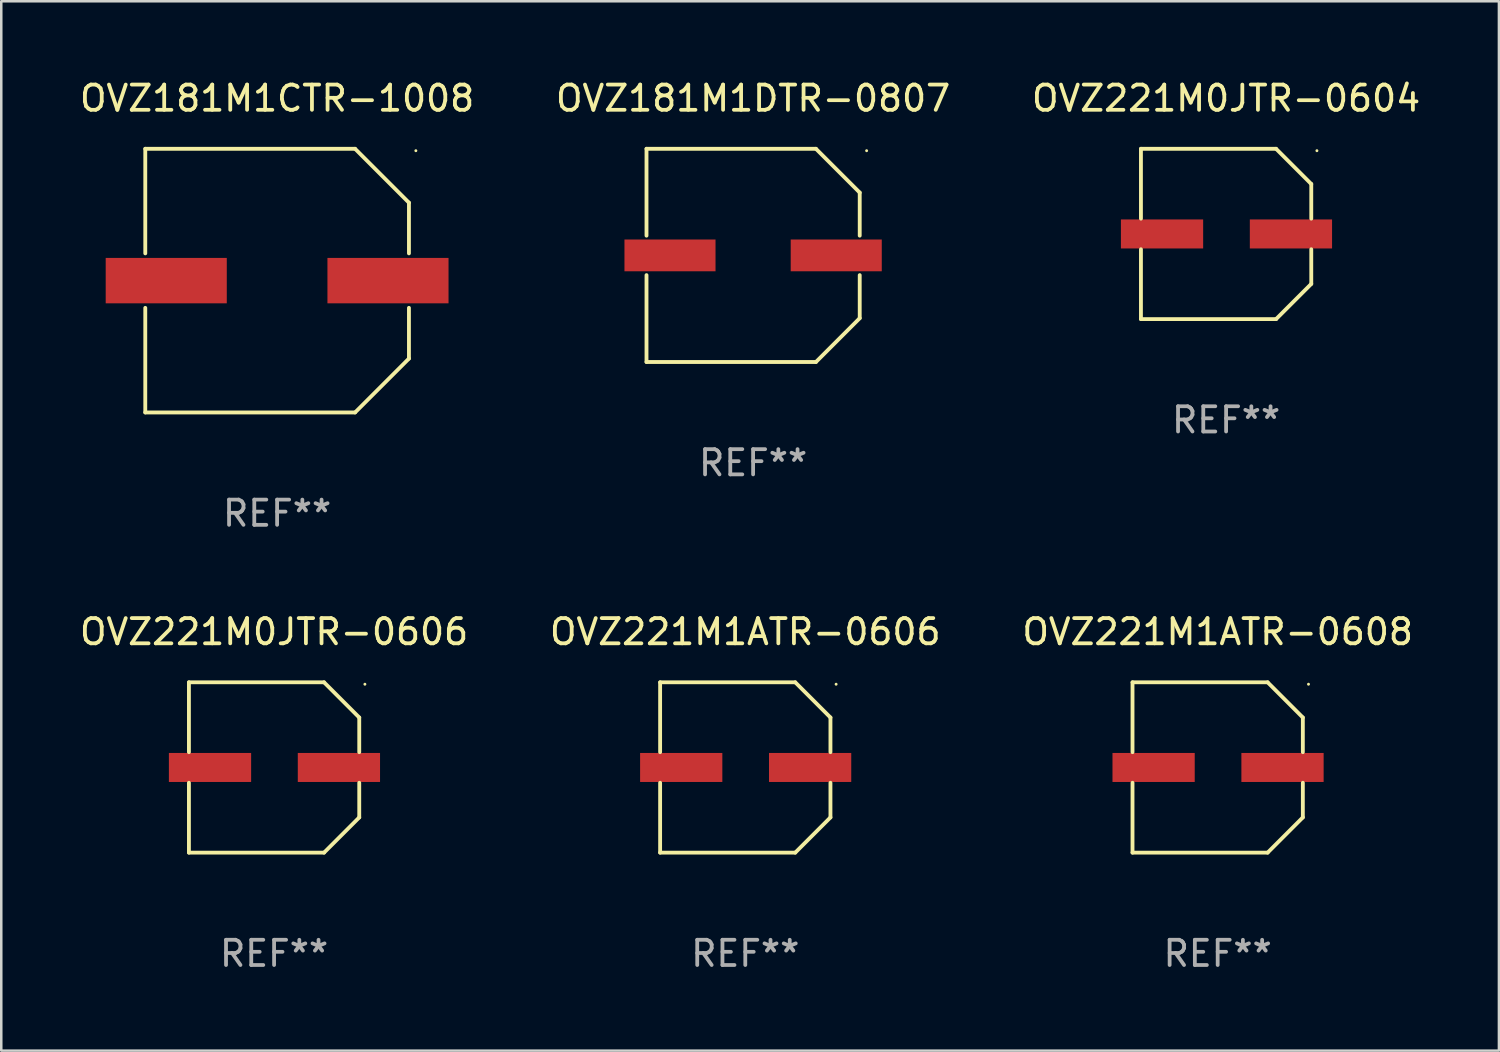
<source format=kicad_pcb>
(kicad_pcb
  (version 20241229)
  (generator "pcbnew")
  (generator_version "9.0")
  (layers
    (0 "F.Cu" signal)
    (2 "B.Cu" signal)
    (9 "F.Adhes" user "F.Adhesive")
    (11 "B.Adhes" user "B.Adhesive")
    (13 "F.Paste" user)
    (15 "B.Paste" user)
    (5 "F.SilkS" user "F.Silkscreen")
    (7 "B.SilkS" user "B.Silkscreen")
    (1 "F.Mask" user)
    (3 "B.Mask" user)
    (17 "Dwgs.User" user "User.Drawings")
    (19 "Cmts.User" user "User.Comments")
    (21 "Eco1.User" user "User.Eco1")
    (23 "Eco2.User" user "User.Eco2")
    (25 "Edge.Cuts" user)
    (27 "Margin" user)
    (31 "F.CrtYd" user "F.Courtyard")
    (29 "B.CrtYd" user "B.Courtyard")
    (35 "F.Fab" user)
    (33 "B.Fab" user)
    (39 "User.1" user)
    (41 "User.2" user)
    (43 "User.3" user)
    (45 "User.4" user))
  (footprint "OVZ181M1CTR-1008"
    (layer "F.Cu")
    (at 7.935 8.074)
    (property "Reference" "OVZ181M1CTR-1008" (at 0 -7.226 0) (layer "F.SilkS") (effects (font (size 1 1) (thickness 0.15))))
    (attr through_hole)
    (fp_line (start -5.226 -5.226) (end -5.226 -1.08) (stroke (width 0.152) (type solid)) (layer "F.SilkS"))
    (fp_line (start -5.226 -5.226) (end 3.09 -5.226) (stroke (width 0.152) (type solid)) (layer "F.SilkS"))
    (fp_line (start -5.226 1.08) (end -5.226 5.226) (stroke (width 0.152) (type solid)) (layer "F.SilkS"))
    (fp_line (start -5.226 5.226) (end 3.09 5.226) (stroke (width 0.152) (type solid)) (layer "F.SilkS"))
    (fp_line (start 3.09 -5.226) (end 5.226 -3.09) (stroke (width 0.152) (type solid)) (layer "F.SilkS"))
    (fp_line (start 3.09 5.226) (end 5.226 3.09) (stroke (width 0.152) (type solid)) (layer "F.SilkS"))
    (fp_line (start 5.226 -1.08) (end 5.226 -3.09) (stroke (width 0.152) (type solid)) (layer "F.SilkS"))
    (fp_line (start 5.226 3.09) (end 5.226 1.08) (stroke (width 0.152) (type solid)) (layer "F.SilkS"))
    (fp_circle (center 5.5 -5.15) (end 5.53 -5.15) (stroke (width 0.06) (type solid)) (fill no) (layer "F.SilkS"))
    (fp_text user "REF**" (at 0 9.226 0) (layer "F.Fab") (effects (font (size 1 1) (thickness 0.15))))
    (pad "1" smd rect (at 4.395 0 180) (size 4.8 1.8) (layers "F.Cu" "F.Mask" "F.Paste"))
    (pad "2" smd rect (at -4.395 0 180) (size 4.8 1.8) (layers "F.Cu" "F.Mask" "F.Paste")))
  (footprint "OVZ181M1DTR-0807"
    (layer "F.Cu")
    (at 26.804 7.074)
    (property "Reference" "OVZ181M1DTR-0807" (at 0 -6.226 0) (layer "F.SilkS") (effects (font (size 1 1) (thickness 0.15))))
    (attr through_hole)
    (fp_line (start -4.226 -4.226) (end 2.49 -4.226) (stroke (width 0.152) (type solid)) (layer "F.SilkS"))
    (fp_line (start -4.226 -0.782) (end -4.226 -4.226) (stroke (width 0.152) (type solid)) (layer "F.SilkS"))
    (fp_line (start -4.226 0.782) (end -4.226 4.226) (stroke (width 0.152) (type solid)) (layer "F.SilkS"))
    (fp_line (start -4.226 4.226) (end 2.49 4.226) (stroke (width 0.152) (type solid)) (layer "F.SilkS"))
    (fp_line (start 2.49 -4.226) (end 4.226 -2.49) (stroke (width 0.152) (type solid)) (layer "F.SilkS"))
    (fp_line (start 2.49 4.226) (end 4.226 2.49) (stroke (width 0.152) (type solid)) (layer "F.SilkS"))
    (fp_line (start 4.226 -2.49) (end 4.226 -0.782) (stroke (width 0.152) (type solid)) (layer "F.SilkS"))
    (fp_line (start 4.226 2.49) (end 4.226 0.782) (stroke (width 0.152) (type solid)) (layer "F.SilkS"))
    (fp_circle (center 4.5 -4.15) (end 4.53 -4.15) (stroke (width 0.06) (type solid)) (fill no) (layer "F.SilkS"))
    (fp_text user "REF**" (at 0 8.226 0) (layer "F.Fab") (effects (font (size 1 1) (thickness 0.15))))
    (pad "1" smd rect (at 3.295 0 180) (size 3.61 1.26) (layers "F.Cu" "F.Mask" "F.Paste"))
    (pad "2" smd rect (at -3.295 0 180) (size 3.61 1.26) (layers "F.Cu" "F.Mask" "F.Paste")))
  (footprint "OVZ221M1ATR-0606"
    (layer "F.Cu")
    (at 26.494 27.373)
    (property "Reference" "OVZ221M1ATR-0606" (at 0 -5.376 0) (layer "F.SilkS") (effects (font (size 1 1) (thickness 0.15))))
    (attr through_hole)
    (fp_line (start -3.376 -3.376) (end 1.98 -3.376) (stroke (width 0.152) (type solid)) (layer "F.SilkS"))
    (fp_line (start -3.376 -0.607) (end -3.376 -3.376) (stroke (width 0.152) (type solid)) (layer "F.SilkS"))
    (fp_line (start -3.376 0.607) (end -3.376 3.376) (stroke (width 0.152) (type solid)) (layer "F.SilkS"))
    (fp_line (start -3.376 3.376) (end 1.98 3.376) (stroke (width 0.152) (type solid)) (layer "F.SilkS"))
    (fp_line (start 1.98 -3.376) (end 3.376 -1.98) (stroke (width 0.152) (type solid)) (layer "F.SilkS"))
    (fp_line (start 1.98 3.376) (end 3.376 1.98) (stroke (width 0.152) (type solid)) (layer "F.SilkS"))
    (fp_line (start 3.376 -1.98) (end 3.376 -0.607) (stroke (width 0.152) (type solid)) (layer "F.SilkS"))
    (fp_line (start 3.376 1.98) (end 3.376 0.607) (stroke (width 0.152) (type solid)) (layer "F.SilkS"))
    (fp_circle (center 3.6 -3.3) (end 3.63 -3.3) (stroke (width 0.06) (type solid)) (fill no) (layer "F.SilkS"))
    (fp_text user "REF**" (at 0 7.376 0) (layer "F.Fab") (effects (font (size 1 1) (thickness 0.15))))
    (pad "1" smd rect (at 2.57 0 180) (size 3.26 1.15) (layers "F.Cu" "F.Mask" "F.Paste"))
    (pad "2" smd rect (at -2.54 0 180) (size 3.26 1.15) (layers "F.Cu" "F.Mask" "F.Paste")))
  (footprint "OVZ221M0JTR-0604"
    (layer "F.Cu")
    (at 45.554 6.224)
    (property "Reference" "OVZ221M0JTR-0604" (at 0 -5.376 0) (layer "F.SilkS") (effects (font (size 1 1) (thickness 0.15))))
    (attr through_hole)
    (fp_line (start -3.376 -3.376) (end 1.98 -3.376) (stroke (width 0.152) (type solid)) (layer "F.SilkS"))
    (fp_line (start -3.376 -0.607) (end -3.376 -3.376) (stroke (width 0.152) (type solid)) (layer "F.SilkS"))
    (fp_line (start -3.376 0.607) (end -3.376 3.376) (stroke (width 0.152) (type solid)) (layer "F.SilkS"))
    (fp_line (start -3.376 3.376) (end 1.98 3.376) (stroke (width 0.152) (type solid)) (layer "F.SilkS"))
    (fp_line (start 1.98 -3.376) (end 3.376 -1.98) (stroke (width 0.152) (type solid)) (layer "F.SilkS"))
    (fp_line (start 1.98 3.376) (end 3.376 1.98) (stroke (width 0.152) (type solid)) (layer "F.SilkS"))
    (fp_line (start 3.376 -1.98) (end 3.376 -0.607) (stroke (width 0.152) (type solid)) (layer "F.SilkS"))
    (fp_line (start 3.376 1.98) (end 3.376 0.607) (stroke (width 0.152) (type solid)) (layer "F.SilkS"))
    (fp_circle (center 3.6 -3.3) (end 3.63 -3.3) (stroke (width 0.06) (type solid)) (fill no) (layer "F.SilkS"))
    (fp_text user "REF**" (at 0 7.376 0) (layer "F.Fab") (effects (font (size 1 1) (thickness 0.15))))
    (pad "1" smd rect (at 2.57 0 180) (size 3.26 1.15) (layers "F.Cu" "F.Mask" "F.Paste"))
    (pad "2" smd rect (at -2.54 0 180) (size 3.26 1.15) (layers "F.Cu" "F.Mask" "F.Paste")))
  (footprint "OVZ221M1ATR-0608"
    (layer "F.Cu")
    (at 45.22 27.373)
    (property "Reference" "OVZ221M1ATR-0608" (at 0 -5.376 0) (layer "F.SilkS") (effects (font (size 1 1) (thickness 0.15))))
    (attr through_hole)
    (fp_line (start -3.376 -3.376) (end 1.98 -3.376) (stroke (width 0.152) (type solid)) (layer "F.SilkS"))
    (fp_line (start -3.376 -0.607) (end -3.376 -3.376) (stroke (width 0.152) (type solid)) (layer "F.SilkS"))
    (fp_line (start -3.376 0.607) (end -3.376 3.376) (stroke (width 0.152) (type solid)) (layer "F.SilkS"))
    (fp_line (start -3.376 3.376) (end 1.98 3.376) (stroke (width 0.152) (type solid)) (layer "F.SilkS"))
    (fp_line (start 1.98 -3.376) (end 3.376 -1.98) (stroke (width 0.152) (type solid)) (layer "F.SilkS"))
    (fp_line (start 1.98 3.376) (end 3.376 1.98) (stroke (width 0.152) (type solid)) (layer "F.SilkS"))
    (fp_line (start 3.376 -1.98) (end 3.376 -0.607) (stroke (width 0.152) (type solid)) (layer "F.SilkS"))
    (fp_line (start 3.376 1.98) (end 3.376 0.607) (stroke (width 0.152) (type solid)) (layer "F.SilkS"))
    (fp_circle (center 3.6 -3.3) (end 3.63 -3.3) (stroke (width 0.06) (type solid)) (fill no) (layer "F.SilkS"))
    (fp_text user "REF**" (at 0 7.376 0) (layer "F.Fab") (effects (font (size 1 1) (thickness 0.15))))
    (pad "1" smd rect (at 2.57 0 180) (size 3.26 1.15) (layers "F.Cu" "F.Mask" "F.Paste"))
    (pad "2" smd rect (at -2.54 0 180) (size 3.26 1.15) (layers "F.Cu" "F.Mask" "F.Paste")))
  (footprint "OVZ221M0JTR-0606"
    (layer "F.Cu")
    (at 7.815 27.373)
    (property "Reference" "OVZ221M0JTR-0606" (at 0 -5.376 0) (layer "F.SilkS") (effects (font (size 1 1) (thickness 0.15))))
    (attr through_hole)
    (fp_line (start -3.376 -3.376) (end 1.98 -3.376) (stroke (width 0.152) (type solid)) (layer "F.SilkS"))
    (fp_line (start -3.376 -0.607) (end -3.376 -3.376) (stroke (width 0.152) (type solid)) (layer "F.SilkS"))
    (fp_line (start -3.376 0.607) (end -3.376 3.376) (stroke (width 0.152) (type solid)) (layer "F.SilkS"))
    (fp_line (start -3.376 3.376) (end 1.98 3.376) (stroke (width 0.152) (type solid)) (layer "F.SilkS"))
    (fp_line (start 1.98 -3.376) (end 3.376 -1.98) (stroke (width 0.152) (type solid)) (layer "F.SilkS"))
    (fp_line (start 1.98 3.376) (end 3.376 1.98) (stroke (width 0.152) (type solid)) (layer "F.SilkS"))
    (fp_line (start 3.376 -1.98) (end 3.376 -0.607) (stroke (width 0.152) (type solid)) (layer "F.SilkS"))
    (fp_line (start 3.376 1.98) (end 3.376 0.607) (stroke (width 0.152) (type solid)) (layer "F.SilkS"))
    (fp_circle (center 3.6 -3.3) (end 3.63 -3.3) (stroke (width 0.06) (type solid)) (fill no) (layer "F.SilkS"))
    (fp_text user "REF**" (at 0 7.376 0) (layer "F.Fab") (effects (font (size 1 1) (thickness 0.15))))
    (pad "1" smd rect (at 2.57 0 180) (size 3.26 1.15) (layers "F.Cu" "F.Mask" "F.Paste"))
    (pad "2" smd rect (at -2.54 0 180) (size 3.26 1.15) (layers "F.Cu" "F.Mask" "F.Paste")))
  (gr_rect
    (start -3 -3)
    (end 56.369 38.598)
    (stroke (width 0.1) (type default))
    (fill no)
    (layer "Edge.Cuts")))
</source>
